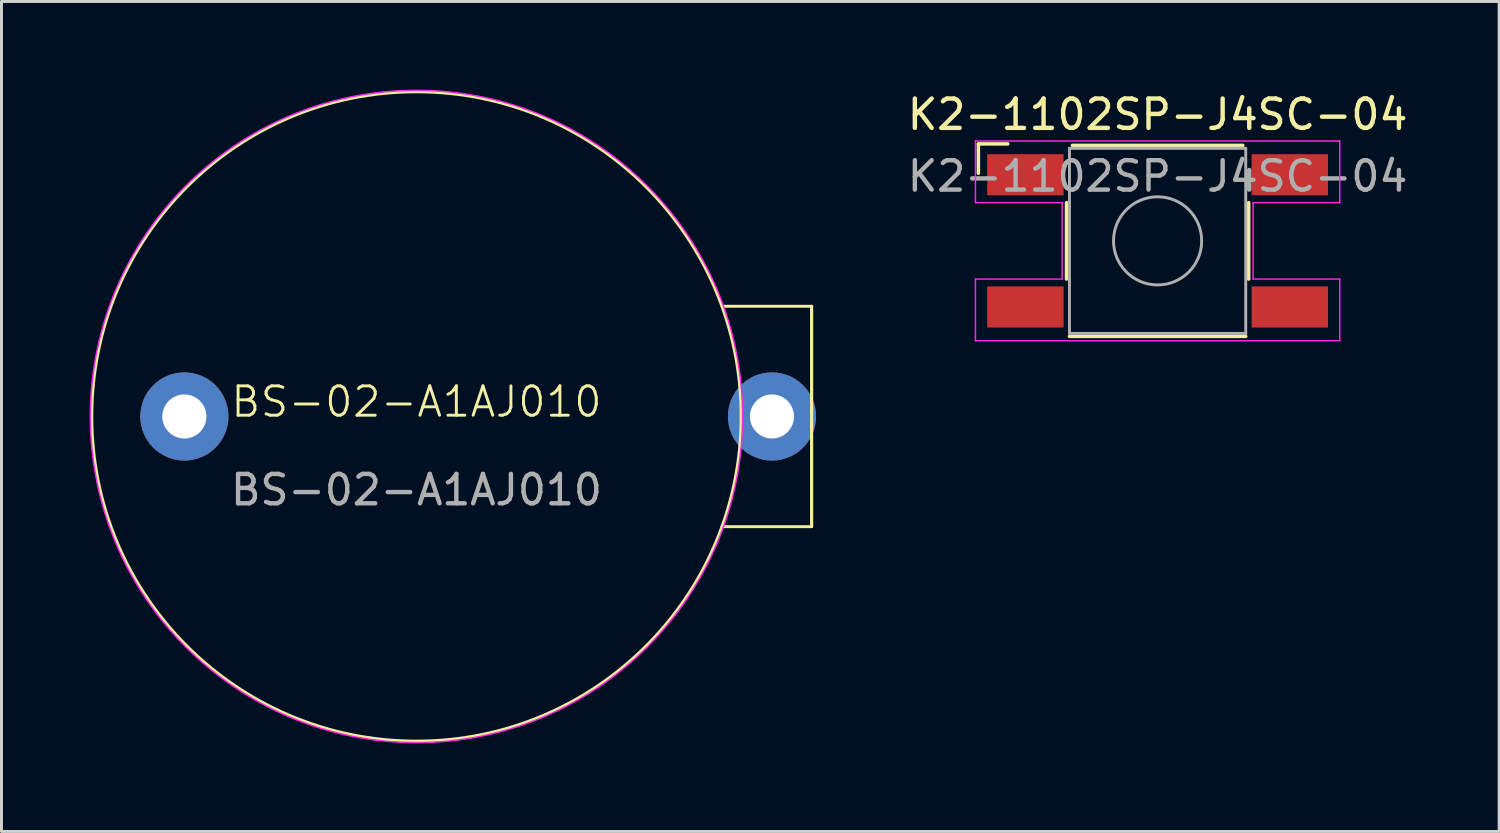
<source format=kicad_pcb>
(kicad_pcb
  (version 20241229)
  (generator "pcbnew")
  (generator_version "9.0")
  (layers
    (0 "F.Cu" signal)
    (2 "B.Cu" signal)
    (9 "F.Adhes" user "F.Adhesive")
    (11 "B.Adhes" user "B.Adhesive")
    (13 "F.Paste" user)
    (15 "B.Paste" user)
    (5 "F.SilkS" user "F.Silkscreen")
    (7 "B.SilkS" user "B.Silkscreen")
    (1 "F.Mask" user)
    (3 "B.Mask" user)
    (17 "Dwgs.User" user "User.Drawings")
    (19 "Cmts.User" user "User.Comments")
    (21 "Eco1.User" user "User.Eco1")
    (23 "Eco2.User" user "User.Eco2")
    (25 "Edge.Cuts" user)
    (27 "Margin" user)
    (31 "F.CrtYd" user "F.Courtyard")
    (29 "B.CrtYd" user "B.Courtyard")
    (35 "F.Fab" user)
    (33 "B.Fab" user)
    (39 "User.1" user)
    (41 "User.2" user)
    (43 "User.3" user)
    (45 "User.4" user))
  (footprint "K2-1102SP-J4SC-04"
    (layer "F.Cu")
    (at 36.35 5.148)
    (property "Reference" "K2-1102SP-J4SC-04" (at 0 -4.3 0) (layer "F.SilkS") (effects (font (size 1 1) (thickness 0.15))))
    (attr smd)
    (fp_line (start -6.1 -3.3) (end -5.1 -3.3) (stroke (width 0.12) (type solid)) (layer "F.SilkS"))
    (fp_line (start -6.1 -2.3) (end -6.1 -3.3) (stroke (width 0.12) (type solid)) (layer "F.SilkS"))
    (fp_line (start -3.1 -1.3) (end -3.1 1.3) (stroke (width 0.12) (type solid)) (layer "F.SilkS"))
    (fp_line (start 2.9 -3.25) (end -2.9 -3.25) (stroke (width 0.12) (type solid)) (layer "F.SilkS"))
    (fp_line (start 3 3.25) (end -3 3.25) (stroke (width 0.12) (type solid)) (layer "F.SilkS"))
    (fp_line (start 3.1 -1.3) (end 3.1 1.3) (stroke (width 0.12) (type solid)) (layer "F.SilkS"))
    (fp_line (start -6.2 -3.4) (end 6.2 -3.4) (stroke (width 0.05) (type solid)) (layer "F.CrtYd"))
    (fp_line (start -6.2 -1.3) (end -6.2 -3.4) (stroke (width 0.05) (type solid)) (layer "F.CrtYd"))
    (fp_line (start -6.2 1.3) (end -3.25 1.3) (stroke (width 0.05) (type solid)) (layer "F.CrtYd"))
    (fp_line (start -6.2 3.4) (end -6.2 1.3) (stroke (width 0.05) (type solid)) (layer "F.CrtYd"))
    (fp_line (start -3.25 -1.3) (end -6.2 -1.3) (stroke (width 0.05) (type solid)) (layer "F.CrtYd"))
    (fp_line (start -3.25 1.3) (end -3.25 -1.3) (stroke (width 0.05) (type solid)) (layer "F.CrtYd"))
    (fp_line (start 3.25 -1.3) (end 3.25 1.3) (stroke (width 0.05) (type solid)) (layer "F.CrtYd"))
    (fp_line (start 3.25 1.3) (end 6.2 1.3) (stroke (width 0.05) (type solid)) (layer "F.CrtYd"))
    (fp_line (start 6.2 -3.4) (end 6.2 -1.3) (stroke (width 0.05) (type solid)) (layer "F.CrtYd"))
    (fp_line (start 6.2 -1.3) (end 3.25 -1.3) (stroke (width 0.05) (type solid)) (layer "F.CrtYd"))
    (fp_line (start 6.2 1.3) (end 6.2 3.4) (stroke (width 0.05) (type solid)) (layer "F.CrtYd"))
    (fp_line (start 6.2 3.4) (end -6.2 3.4) (stroke (width 0.05) (type solid)) (layer "F.CrtYd"))
    (fp_line (start -3 -3.15) (end 3 -3.15) (stroke (width 0.1) (type solid)) (layer "F.Fab"))
    (fp_line (start -3 3.15) (end -3 -3.15) (stroke (width 0.1) (type solid)) (layer "F.Fab"))
    (fp_line (start 3 -3.15) (end 3 3.15) (stroke (width 0.1) (type solid)) (layer "F.Fab"))
    (fp_line (start 3 3.15) (end -3 3.15) (stroke (width 0.1) (type solid)) (layer "F.Fab"))
    (fp_circle (center 0 0) (end 1.5 0) (stroke (width 0.1) (type solid)) (fill no) (layer "F.Fab"))
    (fp_text user "${REFERENCE}" (at 0 -2.2 0) (layer "F.Fab") (effects (font (size 1 1) (thickness 0.15))))
    (pad "1" smd rect (at -4.5 -2.25 180) (size 2.6 1.4) (layers "F.Cu" "F.Mask" "F.Paste"))
    (pad "1" smd rect (at 4.5 -2.25 180) (size 2.6 1.4) (layers "F.Cu" "F.Mask" "F.Paste"))
    (pad "2" smd rect (at -4.5 2.25 180) (size 2.6 1.4) (layers "F.Cu" "F.Mask" "F.Paste"))
    (pad "2" smd rect (at 4.5 2.25 180) (size 2.6 1.4) (layers "F.Cu" "F.Mask" "F.Paste")))
  (footprint "BS-02-A1AJ010"
    (layer "F.Cu")
    (at 11.125 11.125)
    (property "Reference" "BS-02-A1AJ010" (at 0 -0.5 0) (unlocked yes) (layer "F.SilkS") (effects (font (size 1 1) (thickness 0.1))))
    (attr through_hole)
    (fp_line (start 10.4 3.75) (end 13.45 3.75) (stroke (width 0.1) (type default)) (layer "F.SilkS"))
    (fp_line (start 13.45 -3.75) (end 10.4 -3.75) (stroke (width 0.1) (type default)) (layer "F.SilkS"))
    (fp_line (start 13.45 3.75) (end 13.45 -3.75) (stroke (width 0.1) (type default)) (layer "F.SilkS"))
    (fp_line (start 13.45 3.75) (end 13.45 -3.75) (stroke (width 0.1) (type default)) (layer "F.SilkS"))
    (fp_circle (center 0 0) (end 11.05 0) (stroke (width 0.1) (type default)) (fill no) (layer "F.SilkS"))
    (fp_circle (center 0 0) (end 11.1 0) (stroke (width 0.05) (type default)) (fill no) (layer "F.CrtYd"))
    (fp_text user "${REFERENCE}" (at 0 2.5 0) (unlocked yes) (layer "F.Fab") (effects (font (size 1 1) (thickness 0.15))))
    (pad "1" thru_hole circle (at 12.1 0) (size 3 3) (drill 1.5) (layers "*.Cu" "*.Mask"))
    (pad "2" thru_hole circle (at -7.9 0) (size 3 3) (drill 1.5) (layers "*.Cu" "*.Mask")))
  (gr_rect
    (start -3 -3)
    (end 47.975 25.25)
    (stroke (width 0.1) (type default))
    (fill no)
    (layer "Edge.Cuts")))
</source>
